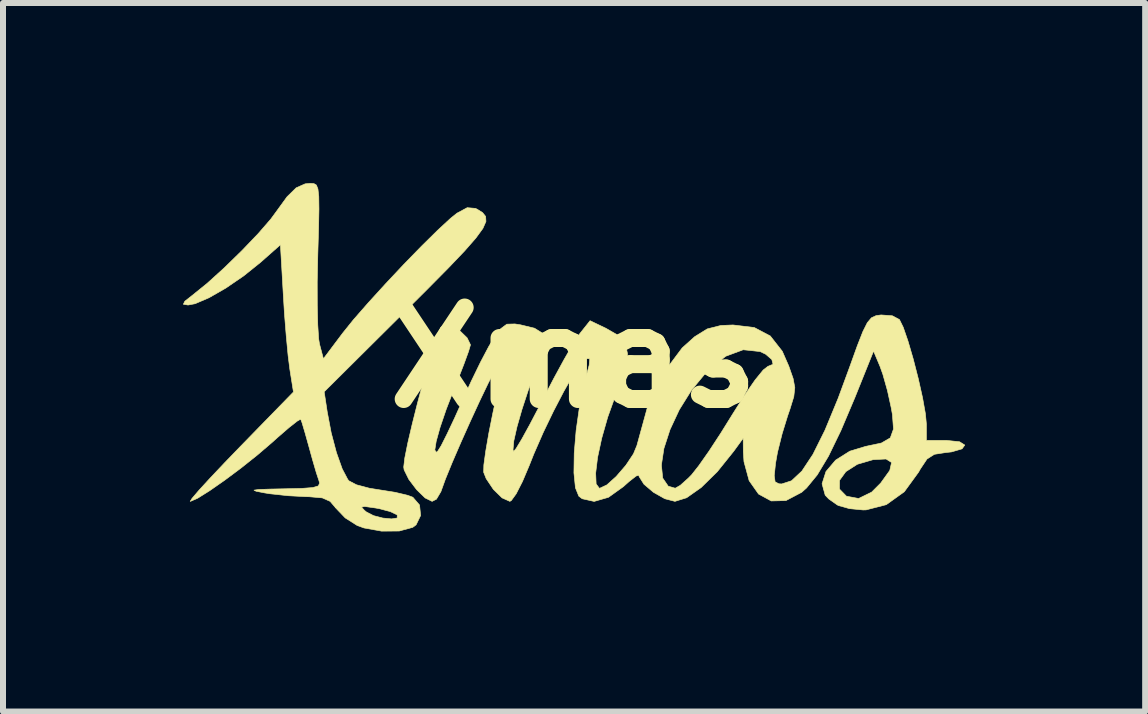
<source format=kicad_pcb>
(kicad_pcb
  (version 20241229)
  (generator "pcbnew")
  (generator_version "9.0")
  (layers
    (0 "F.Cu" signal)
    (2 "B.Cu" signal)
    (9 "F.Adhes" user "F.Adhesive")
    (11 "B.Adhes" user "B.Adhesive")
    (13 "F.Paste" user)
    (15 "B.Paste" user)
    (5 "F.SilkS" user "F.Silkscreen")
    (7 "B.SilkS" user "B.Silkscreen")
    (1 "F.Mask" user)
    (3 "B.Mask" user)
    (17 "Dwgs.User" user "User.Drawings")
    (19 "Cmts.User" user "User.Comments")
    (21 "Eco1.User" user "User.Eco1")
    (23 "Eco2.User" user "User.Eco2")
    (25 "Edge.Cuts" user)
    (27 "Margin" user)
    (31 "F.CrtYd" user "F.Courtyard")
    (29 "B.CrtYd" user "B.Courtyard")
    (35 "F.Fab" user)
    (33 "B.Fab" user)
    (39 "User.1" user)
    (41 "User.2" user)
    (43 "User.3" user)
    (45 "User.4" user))
  (footprint "Xmas"
    (layer "F.Cu")
    (at 6.506 2.908)
    (property "Reference" "Xmas" (at 0 0 0) (layer "F.SilkS") (effects (font (size 1.524 1.524) (thickness 0.3))))
    (attr through_hole)
    (fp_poly (pts (xy -4.326 -2.899) (xy -4.285 -2.875) (xy -4.259 -2.81) (xy -4.245 -2.684) (xy -4.242 -2.475) (xy -4.248 -2.164) (xy -4.261 -1.731) (xy -4.262 -1.687) (xy -4.271 -1.263) (xy -4.27 -0.871) (xy -4.262 -0.545) (xy -4.247 -0.312) (xy -4.233 -0.226) (xy -4.168 0.019) (xy -3.847 -0.408) (xy -3.666 -0.633) (xy -3.419 -0.915) (xy -3.132 -1.23) (xy -2.828 -1.554) (xy -2.53 -1.86) (xy -2.262 -2.124) (xy -2.049 -2.321) (xy -1.943 -2.406) (xy -1.772 -2.498) (xy -1.634 -2.486) (xy -1.607 -2.473) (xy -1.516 -2.416) (xy -1.465 -2.352) (xy -1.46 -2.268) (xy -1.511 -2.152) (xy -1.627 -1.993) (xy -1.815 -1.778) (xy -2.084 -1.496) (xy -2.443 -1.133) (xy -2.77 -0.807) (xy -4.155 0.569) (xy -4.104 0.905) (xy -4.038 1.253) (xy -3.951 1.582) (xy -3.854 1.855) (xy -3.761 2.031) (xy -3.741 2.054) (xy -3.616 2.119) (xy -3.401 2.176) (xy -3.227 2.204) (xy -2.974 2.244) (xy -2.764 2.294) (xy -2.678 2.326) (xy -2.566 2.456) (xy -2.548 2.63) (xy -2.624 2.786) (xy -2.68 2.828) (xy -2.905 2.889) (xy -3.198 2.891) (xy -3.492 2.838) (xy -3.605 2.797) (xy -3.805 2.67) (xy -3.958 2.51) (xy -3.975 2.49) (xy -3.534 2.49) (xy -3.485 2.544) (xy -3.451 2.572) (xy -3.332 2.633) (xy -3.178 2.673) (xy -3.032 2.687) (xy -2.938 2.672) (xy -2.938 2.623) (xy -2.943 2.618) (xy -3.054 2.565) (xy -3.245 2.515) (xy -3.302 2.505) (xy -3.48 2.48) (xy -3.534 2.49) (xy -3.975 2.49) (xy -4.056 2.395) (xy -4.186 2.337) (xy -4.401 2.318) (xy -4.453 2.317) (xy -4.754 2.301) (xy -5.061 2.268) (xy -5.153 2.253) (xy -5.29 2.226) (xy -5.324 2.208) (xy -5.245 2.197) (xy -5.04 2.19) (xy -4.836 2.186) (xy -4.53 2.179) (xy -4.344 2.165) (xy -4.253 2.138) (xy -4.231 2.092) (xy -4.242 2.05) (xy -4.287 1.914) (xy -4.352 1.691) (xy -4.408 1.488) (xy -4.473 1.256) (xy -4.523 1.088) (xy -4.546 1.025) (xy -4.604 1.058) (xy -4.744 1.168) (xy -4.938 1.336) (xy -5.022 1.412) (xy -5.265 1.62) (xy -5.537 1.837) (xy -5.813 2.043) (xy -6.064 2.218) (xy -6.262 2.342) (xy -6.38 2.394) (xy -6.387 2.395) (xy -6.357 2.346) (xy -6.241 2.21) (xy -6.052 2.004) (xy -5.807 1.745) (xy -5.555 1.484) (xy -4.667 0.573) (xy -4.727 0.196) (xy -4.756 -0.033) (xy -4.787 -0.36) (xy -4.817 -0.736) (xy -4.835 -1.031) (xy -4.884 -1.88) (xy -5.218 -1.585) (xy -5.497 -1.361) (xy -5.794 -1.158) (xy -6.075 -0.997) (xy -6.306 -0.898) (xy -6.423 -0.876) (xy -6.501 -0.889) (xy -6.477 -0.939) (xy -6.351 -1.038) (xy -6.106 -1.236) (xy -5.82 -1.495) (xy -5.525 -1.783) (xy -5.256 -2.064) (xy -5.045 -2.307) (xy -4.962 -2.42) (xy -4.774 -2.679) (xy -4.621 -2.829) (xy -4.473 -2.895) (xy -4.385 -2.903) (xy -4.326 -2.899)) (stroke (width 0.01) (type solid)) (fill yes) (layer "F.SilkS"))
    (fp_poly (pts (xy 5.311 -0.697) (xy 5.429 -0.634) (xy 5.492 -0.506) (xy 5.572 -0.274) (xy 5.659 0.024) (xy 5.743 0.351) (xy 5.814 0.668) (xy 5.862 0.937) (xy 5.878 1.107) (xy 5.878 1.379) (xy 6.211 1.379) (xy 6.431 1.402) (xy 6.518 1.457) (xy 6.472 1.52) (xy 6.297 1.571) (xy 6.197 1.582) (xy 6.011 1.611) (xy 5.888 1.69) (xy 5.777 1.856) (xy 5.748 1.908) (xy 5.51 2.235) (xy 5.21 2.45) (xy 4.873 2.537) (xy 4.822 2.538) (xy 4.596 2.516) (xy 4.412 2.464) (xy 4.391 2.453) (xy 4.251 2.354) (xy 4.192 2.292) (xy 4.164 2.19) (xy 4.43 2.19) (xy 4.546 2.309) (xy 4.749 2.347) (xy 4.966 2.241) (xy 5.117 2.09) (xy 5.268 1.88) (xy 5.298 1.747) (xy 5.206 1.689) (xy 4.991 1.7) (xy 4.728 1.777) (xy 4.536 1.9) (xy 4.431 2.045) (xy 4.43 2.19) (xy 4.164 2.19) (xy 4.14 2.102) (xy 4.205 1.898) (xy 4.366 1.708) (xy 4.602 1.559) (xy 4.866 1.479) (xy 5.129 1.423) (xy 5.277 1.337) (xy 5.33 1.19) (xy 5.312 0.948) (xy 5.292 0.835) (xy 5.229 0.548) (xy 5.153 0.279) (xy 5.105 0.145) (xy 4.998 -0.109) (xy 4.686 0.667) (xy 4.453 1.217) (xy 4.247 1.642) (xy 4.059 1.955) (xy 3.881 2.172) (xy 3.8 2.244) (xy 3.538 2.382) (xy 3.293 2.388) (xy 3.082 2.273) (xy 2.925 2.05) (xy 2.839 1.733) (xy 2.828 1.568) (xy 2.826 1.343) (xy 2.668 1.56) (xy 2.395 1.9) (xy 2.126 2.164) (xy 1.883 2.335) (xy 1.689 2.395) (xy 1.52 2.351) (xy 1.331 2.244) (xy 1.172 2.109) (xy 1.091 1.98) (xy 1.089 1.959) (xy 1.042 1.973) (xy 0.923 2.066) (xy 0.829 2.15) (xy 0.582 2.327) (xy 0.343 2.396) (xy 0.143 2.351) (xy 0.087 2.308) (xy 0.031 2.169) (xy 0.006 1.92) (xy 0.011 1.59) (xy 0.043 1.21) (xy 0.1 0.809) (xy 0.18 0.419) (xy 0.26 0.126) (xy 0.269 0.02) (xy 0.208 0.015) (xy 0.122 0.098) (xy -0.006 0.289) (xy -0.162 0.561) (xy -0.333 0.889) (xy -0.505 1.246) (xy -0.663 1.607) (xy -0.738 1.796) (xy -0.851 2.063) (xy -0.956 2.269) (xy -1.038 2.382) (xy -1.062 2.395) (xy -1.191 2.337) (xy -1.336 2.195) (xy -1.456 2.016) (xy -1.498 1.91) (xy -1.495 1.789) (xy -1.464 1.562) (xy -1.412 1.26) (xy -1.344 0.919) (xy -1.268 0.571) (xy -1.191 0.251) (xy -1.12 0) (xy -1.134 -0.026) (xy -1.211 0.05) (xy -1.23 0.073) (xy -1.304 0.197) (xy -1.421 0.424) (xy -1.565 0.724) (xy -1.722 1.065) (xy -1.879 1.416) (xy -2.022 1.747) (xy -2.136 2.026) (xy -2.207 2.223) (xy -2.21 2.232) (xy -2.285 2.359) (xy -2.357 2.395) (xy -2.473 2.338) (xy -2.615 2.2) (xy -2.745 2.028) (xy -2.823 1.87) (xy -2.83 1.823) (xy -2.812 1.672) (xy -2.762 1.423) (xy -2.688 1.107) (xy -2.599 0.753) (xy -2.503 0.393) (xy -2.408 0.056) (xy -2.321 -0.227) (xy -2.252 -0.425) (xy -2.211 -0.505) (xy -2.124 -0.565) (xy -2.025 -0.541) (xy -1.906 -0.458) (xy -1.774 -0.33) (xy -1.719 -0.217) (xy -1.719 -0.208) (xy -1.751 -0.1) (xy -1.826 0.106) (xy -1.93 0.373) (xy -1.985 0.508) (xy -2.121 0.859) (xy -2.224 1.161) (xy -2.289 1.395) (xy -2.312 1.54) (xy -2.286 1.577) (xy -2.264 1.56) (xy -2.206 1.468) (xy -2.107 1.271) (xy -1.98 1.002) (xy -1.859 0.732) (xy -1.705 0.394) (xy -1.55 0.075) (xy -1.414 -0.183) (xy -1.339 -0.309) (xy -1.215 -0.481) (xy -1.112 -0.557) (xy -0.978 -0.561) (xy -0.883 -0.546) (xy -0.651 -0.49) (xy -0.519 -0.408) (xy -0.48 -0.274) (xy -0.525 -0.062) (xy -0.635 0.23) (xy -0.754 0.541) (xy -0.859 0.86) (xy -0.943 1.153) (xy -0.996 1.388) (xy -1.009 1.535) (xy -1 1.564) (xy -0.958 1.515) (xy -0.863 1.358) (xy -0.73 1.116) (xy -0.57 0.811) (xy -0.514 0.701) (xy -0.333 0.353) (xy -0.16 0.035) (xy -0.012 -0.222) (xy 0.094 -0.386) (xy 0.108 -0.405) (xy 0.275 -0.615) (xy 0.538 -0.489) (xy 0.742 -0.372) (xy 0.862 -0.238) (xy 0.899 -0.063) (xy 0.858 0.179) (xy 0.743 0.516) (xy 0.697 0.635) (xy 0.569 0.991) (xy 0.469 1.342) (xy 0.4 1.662) (xy 0.368 1.925) (xy 0.376 2.105) (xy 0.43 2.177) (xy 0.435 2.177) (xy 0.554 2.121) (xy 0.711 1.98) (xy 0.871 1.794) (xy 0.874 1.79) (xy 1.463 1.79) (xy 1.485 2.007) (xy 1.577 2.142) (xy 1.694 2.176) (xy 1.778 2.128) (xy 1.913 2.007) (xy 1.967 1.952) (xy 2.086 1.801) (xy 2.256 1.559) (xy 2.453 1.258) (xy 2.653 0.936) (xy 2.85 0.624) (xy 3.024 0.373) (xy 3.159 0.207) (xy 3.239 0.145) (xy 3.24 0.145) (xy 3.323 0.111) (xy 3.303 0.032) (xy 3.2 -0.057) (xy 3.107 -0.101) (xy 2.826 -0.131) (xy 2.535 -0.023) (xy 2.229 0.226) (xy 2.205 0.251) (xy 1.963 0.545) (xy 1.761 0.869) (xy 1.607 1.199) (xy 1.505 1.513) (xy 1.463 1.79) (xy 0.874 1.79) (xy 0.998 1.603) (xy 1.055 1.465) (xy 1.234 0.814) (xy 1.487 0.269) (xy 1.809 -0.161) (xy 2.017 -0.348) (xy 2.227 -0.478) (xy 2.452 -0.535) (xy 2.656 -0.544) (xy 3.011 -0.501) (xy 3.277 -0.361) (xy 3.477 -0.106) (xy 3.585 0.14) (xy 3.658 0.349) (xy 3.686 0.5) (xy 3.669 0.65) (xy 3.606 0.855) (xy 3.567 0.968) (xy 3.474 1.27) (xy 3.397 1.579) (xy 3.365 1.76) (xy 3.343 1.968) (xy 3.358 2.07) (xy 3.421 2.102) (xy 3.467 2.105) (xy 3.631 2.052) (xy 3.804 1.89) (xy 3.988 1.612) (xy 4.188 1.21) (xy 4.408 0.678) (xy 4.599 0.159) (xy 4.726 -0.194) (xy 4.82 -0.434) (xy 4.894 -0.582) (xy 4.962 -0.663) (xy 5.039 -0.699) (xy 5.123 -0.711) (xy 5.311 -0.697)) (stroke (width 0.01) (type solid)) (fill yes) (layer "F.SilkS")))
  (gr_rect
    (start -3 -3)
    (end 16.029 8.804)
    (stroke (width 0.1) (type default))
    (fill no)
    (layer "Edge.Cuts")))
</source>
